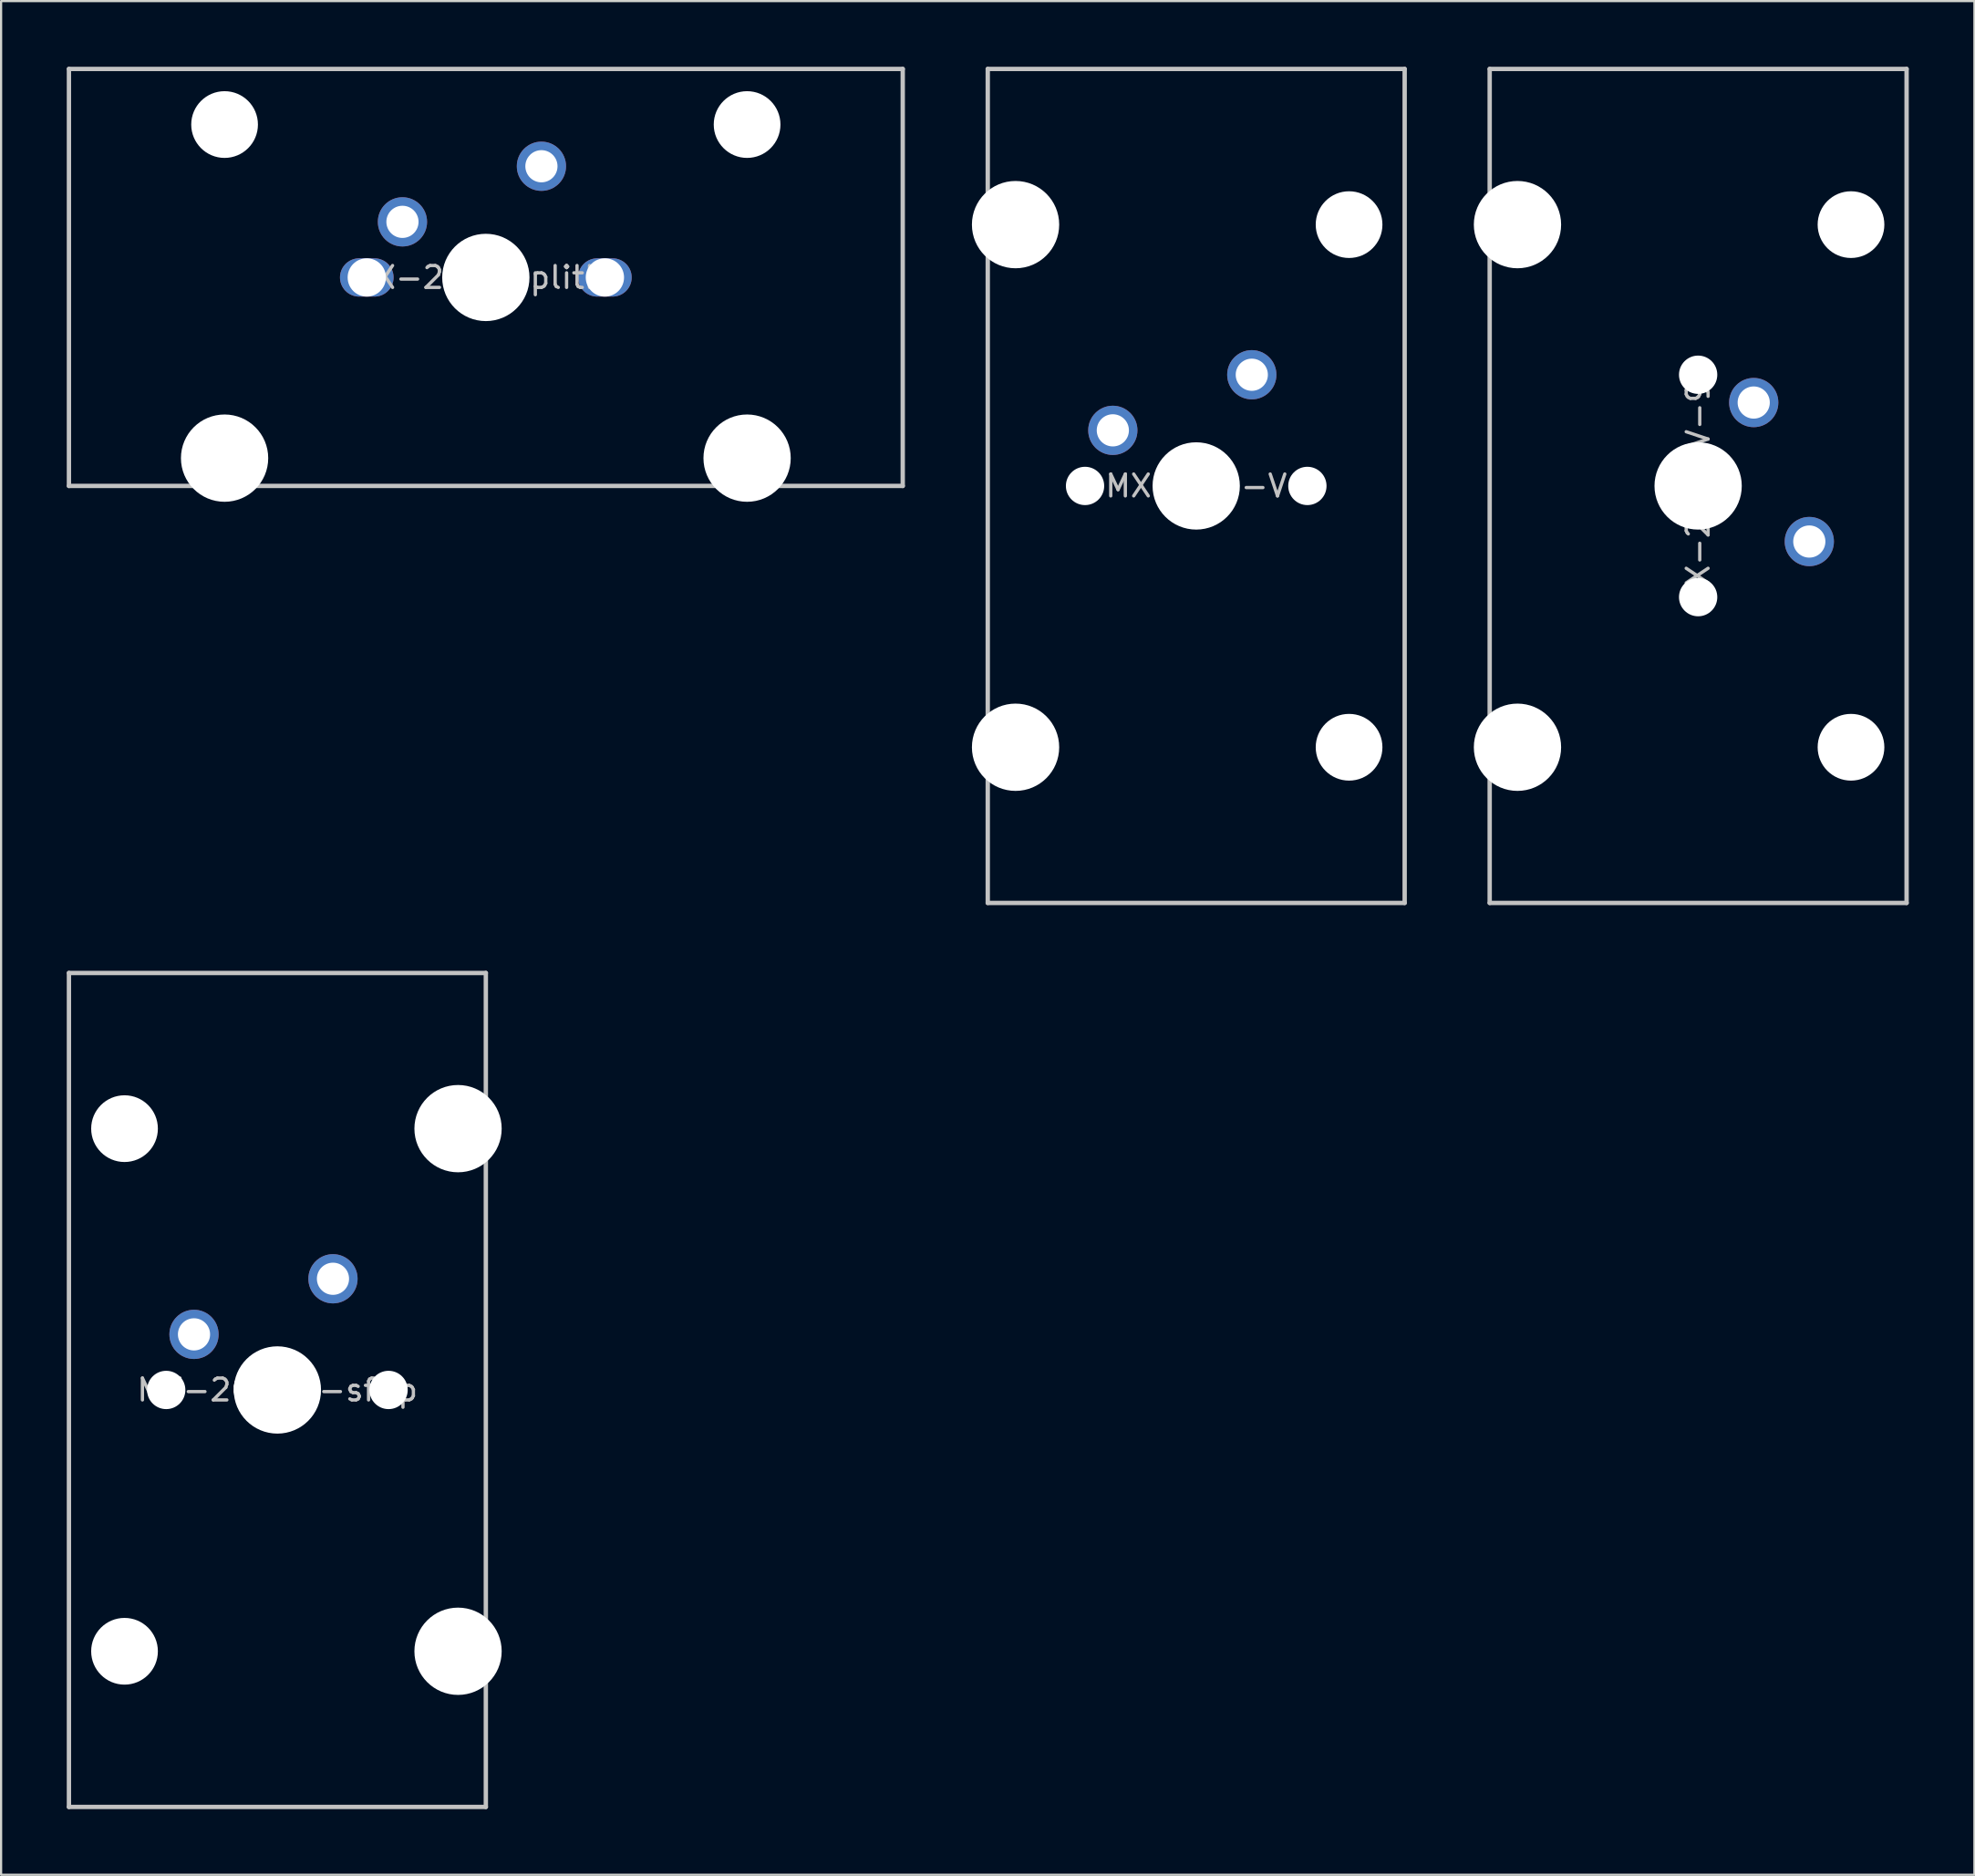
<source format=kicad_pcb>
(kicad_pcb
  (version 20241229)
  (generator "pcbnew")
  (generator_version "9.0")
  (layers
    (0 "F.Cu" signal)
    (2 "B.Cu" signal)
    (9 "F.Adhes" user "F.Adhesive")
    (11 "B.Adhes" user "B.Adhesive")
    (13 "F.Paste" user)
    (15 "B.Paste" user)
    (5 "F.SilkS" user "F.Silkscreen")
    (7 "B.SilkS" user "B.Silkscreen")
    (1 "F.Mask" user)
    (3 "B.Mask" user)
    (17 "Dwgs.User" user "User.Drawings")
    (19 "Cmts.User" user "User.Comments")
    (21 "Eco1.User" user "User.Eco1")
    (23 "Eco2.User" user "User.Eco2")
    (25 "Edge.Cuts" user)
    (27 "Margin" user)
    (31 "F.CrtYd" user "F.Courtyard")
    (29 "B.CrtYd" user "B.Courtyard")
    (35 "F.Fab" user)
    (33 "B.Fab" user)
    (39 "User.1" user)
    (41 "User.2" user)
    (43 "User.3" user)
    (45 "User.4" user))
  (footprint "MX-200-V-90"
    (layer "F.Cu")
    (at 74.545 19.15)
    (property "Reference" "MX-200-V-90" (at 0 0 270) (layer "Dwgs.User") (effects (font (size 1 1) (thickness 0.15))))
    (attr through_hole)
    (fp_line (start -9.525 -19.05) (end 9.525 -19.05) (stroke (width 0.2) (type solid)) (layer "Dwgs.User"))
    (fp_line (start -9.525 19.05) (end -9.525 -19.05) (stroke (width 0.2) (type solid)) (layer "Dwgs.User"))
    (fp_line (start 9.525 19.05) (end -9.525 19.05) (stroke (width 0.2) (type solid)) (layer "Dwgs.User"))
    (fp_line (start 9.525 19.05) (end 9.525 -19.05) (stroke (width 0.2) (type solid)) (layer "Dwgs.User"))
    (fp_line (start -10.25 -15.368) (end -10.25 15.368) (stroke (width 0.12) (type solid)) (layer "Eco1.User"))
    (fp_line (start -10.25 15.368) (end 8.95 15.368) (stroke (width 0.12) (type solid)) (layer "Eco1.User"))
    (fp_line (start -7 -8.508) (end 8.95 -8.508) (stroke (width 0.12) (type solid)) (layer "Eco1.User"))
    (fp_line (start -7 -7) (end -7 -8.508) (stroke (width 0.12) (type solid)) (layer "Eco1.User"))
    (fp_line (start -7 8.508) (end -7 7) (stroke (width 0.12) (type solid)) (layer "Eco1.User"))
    (fp_line (start 7 -7) (end -7 -7) (stroke (width 0.12) (type solid)) (layer "Eco1.User"))
    (fp_line (start 7 -7) (end 7 7) (stroke (width 0.12) (type solid)) (layer "Eco1.User"))
    (fp_line (start 7 7) (end -7 7) (stroke (width 0.12) (type solid)) (layer "Eco1.User"))
    (fp_line (start 8.95 -15.368) (end -10.25 -15.368) (stroke (width 0.12) (type solid)) (layer "Eco1.User"))
    (fp_line (start 8.95 -8.508) (end 8.95 -15.368) (stroke (width 0.12) (type solid)) (layer "Eco1.User"))
    (fp_line (start 8.95 8.508) (end -7 8.508) (stroke (width 0.12) (type solid)) (layer "Eco1.User"))
    (fp_line (start 8.95 15.368) (end 8.95 8.508) (stroke (width 0.12) (type solid)) (layer "Eco1.User"))
    (fp_circle (center 6.985 -11.938) (end 6.985 -9.438) (stroke (width 0.12) (type solid)) (fill no) (layer "Eco2.User"))
    (fp_circle (center 6.985 11.938) (end 6.985 14.438) (stroke (width 0.12) (type solid)) (fill no) (layer "Eco2.User"))
    (pad "" np_thru_hole circle (at -8.255 -11.938 270) (size 3.988 3.988) (drill 3.988) (layers "*.Cu" "*.Mask"))
    (pad "" np_thru_hole circle (at -8.255 11.938 270) (size 3.988 3.988) (drill 3.988) (layers "*.Cu" "*.Mask"))
    (pad "" np_thru_hole circle (at 0 -5.08 90) (size 1.75 1.75) (drill 1.75) (layers "*.Cu" "*.Mask"))
    (pad "" np_thru_hole circle (at 0 0) (size 3.988 3.988) (drill 3.988) (layers "*.Cu" "*.Mask"))
    (pad "" np_thru_hole circle (at 0 5.08 90) (size 1.75 1.75) (drill 1.75) (layers "*.Cu" "*.Mask"))
    (pad "" np_thru_hole circle (at 6.985 -11.938 270) (size 3.048 3.048) (drill 3.048) (layers "*.Cu" "*.Mask"))
    (pad "" np_thru_hole circle (at 6.985 11.938 270) (size 3.048 3.048) (drill 3.048) (layers "*.Cu" "*.Mask"))
    (pad "1" thru_hole circle (at 5.08 2.54 270) (size 2.25 2.25) (drill 1.47) (layers "*.Cu" "B.Mask"))
    (pad "2" thru_hole circle (at 2.54 -3.81 270) (size 2.25 2.25) (drill 1.47) (layers "*.Cu" "B.Mask")))
  (footprint "MX-200-V-sflip"
    (layer "F.Cu")
    (at 9.625 60.45)
    (property "Reference" "MX-200-V-sflip" (at 0 0 0) (layer "Dwgs.User") (effects (font (size 1 1) (thickness 0.15))))
    (attr through_hole)
    (fp_line (start -9.525 -19.05) (end -9.525 19.05) (stroke (width 0.2) (type solid)) (layer "Dwgs.User"))
    (fp_line (start -9.525 -19.05) (end 9.525 -19.05) (stroke (width 0.2) (type solid)) (layer "Dwgs.User"))
    (fp_line (start 9.525 -19.05) (end 9.525 19.05) (stroke (width 0.2) (type solid)) (layer "Dwgs.User"))
    (fp_line (start 9.525 19.05) (end -9.525 19.05) (stroke (width 0.2) (type solid)) (layer "Dwgs.User"))
    (fp_line (start -8.95 -15.368) (end -8.95 -8.508) (stroke (width 0.12) (type solid)) (layer "Eco1.User"))
    (fp_line (start -8.95 -8.508) (end 7 -8.508) (stroke (width 0.12) (type solid)) (layer "Eco1.User"))
    (fp_line (start -8.95 8.508) (end -8.95 15.368) (stroke (width 0.12) (type solid)) (layer "Eco1.User"))
    (fp_line (start -8.95 15.368) (end 10.25 15.368) (stroke (width 0.12) (type solid)) (layer "Eco1.User"))
    (fp_line (start -7 -7) (end 7 -7) (stroke (width 0.12) (type solid)) (layer "Eco1.User"))
    (fp_line (start -7 7) (end -7 -7) (stroke (width 0.12) (type solid)) (layer "Eco1.User"))
    (fp_line (start -7 7) (end 7 7) (stroke (width 0.12) (type solid)) (layer "Eco1.User"))
    (fp_line (start 7 -8.508) (end 7 -7) (stroke (width 0.12) (type solid)) (layer "Eco1.User"))
    (fp_line (start 7 7) (end 7 8.508) (stroke (width 0.12) (type solid)) (layer "Eco1.User"))
    (fp_line (start 7 8.508) (end -8.95 8.508) (stroke (width 0.12) (type solid)) (layer "Eco1.User"))
    (fp_line (start 10.25 -15.368) (end -8.95 -15.368) (stroke (width 0.12) (type solid)) (layer "Eco1.User"))
    (fp_line (start 10.25 15.368) (end 10.25 -15.368) (stroke (width 0.12) (type solid)) (layer "Eco1.User"))
    (fp_circle (center -6.985 -11.938) (end -6.985 -14.438) (stroke (width 0.12) (type solid)) (fill no) (layer "Eco2.User"))
    (fp_circle (center -6.985 11.938) (end -6.985 9.438) (stroke (width 0.12) (type solid)) (fill no) (layer "Eco2.User"))
    (pad "" np_thru_hole circle (at -6.985 -11.938 90) (size 3.048 3.048) (drill 3.048) (layers "*.Cu" "*.Mask"))
    (pad "" np_thru_hole circle (at -6.985 11.938 90) (size 3.048 3.048) (drill 3.048) (layers "*.Cu" "*.Mask"))
    (pad "" np_thru_hole circle (at -5.08 0) (size 1.75 1.75) (drill 1.75) (layers "*.Cu" "*.Mask"))
    (pad "" np_thru_hole circle (at 0 0) (size 3.988 3.988) (drill 3.988) (layers "*.Cu" "*.Mask"))
    (pad "" np_thru_hole circle (at 5.08 0) (size 1.75 1.75) (drill 1.75) (layers "*.Cu" "*.Mask"))
    (pad "" np_thru_hole circle (at 8.255 -11.938 90) (size 3.988 3.988) (drill 3.988) (layers "*.Cu" "*.Mask"))
    (pad "" np_thru_hole circle (at 8.255 11.938 90) (size 3.988 3.988) (drill 3.988) (layers "*.Cu" "*.Mask"))
    (pad "1" thru_hole circle (at 2.54 -5.08) (size 2.25 2.25) (drill 1.47) (layers "*.Cu" "B.Mask"))
    (pad "2" thru_hole circle (at -3.81 -2.54) (size 2.25 2.25) (drill 1.47) (layers "*.Cu" "B.Mask")))
  (footprint "MX-200-V"
    (layer "F.Cu")
    (at 51.61 19.15)
    (property "Reference" "MX-200-V" (at 0 0 0) (layer "Dwgs.User") (effects (font (size 1 1) (thickness 0.15))))
    (attr through_hole)
    (fp_line (start -9.525 -19.05) (end 9.525 -19.05) (stroke (width 0.2) (type solid)) (layer "Dwgs.User"))
    (fp_line (start -9.525 19.05) (end -9.525 -19.05) (stroke (width 0.2) (type solid)) (layer "Dwgs.User"))
    (fp_line (start 9.525 19.05) (end -9.525 19.05) (stroke (width 0.2) (type solid)) (layer "Dwgs.User"))
    (fp_line (start 9.525 19.05) (end 9.525 -19.05) (stroke (width 0.2) (type solid)) (layer "Dwgs.User"))
    (fp_line (start -10.25 -15.368) (end -10.25 15.368) (stroke (width 0.12) (type solid)) (layer "Eco1.User"))
    (fp_line (start -10.25 15.368) (end 8.95 15.368) (stroke (width 0.12) (type solid)) (layer "Eco1.User"))
    (fp_line (start -7 -8.508) (end 8.95 -8.508) (stroke (width 0.12) (type solid)) (layer "Eco1.User"))
    (fp_line (start -7 -7) (end -7 -8.508) (stroke (width 0.12) (type solid)) (layer "Eco1.User"))
    (fp_line (start -7 8.508) (end -7 7) (stroke (width 0.12) (type solid)) (layer "Eco1.User"))
    (fp_line (start 7 -7) (end -7 -7) (stroke (width 0.12) (type solid)) (layer "Eco1.User"))
    (fp_line (start 7 -7) (end 7 7) (stroke (width 0.12) (type solid)) (layer "Eco1.User"))
    (fp_line (start 7 7) (end -7 7) (stroke (width 0.12) (type solid)) (layer "Eco1.User"))
    (fp_line (start 8.95 -15.368) (end -10.25 -15.368) (stroke (width 0.12) (type solid)) (layer "Eco1.User"))
    (fp_line (start 8.95 -8.508) (end 8.95 -15.368) (stroke (width 0.12) (type solid)) (layer "Eco1.User"))
    (fp_line (start 8.95 8.508) (end -7 8.508) (stroke (width 0.12) (type solid)) (layer "Eco1.User"))
    (fp_line (start 8.95 15.368) (end 8.95 8.508) (stroke (width 0.12) (type solid)) (layer "Eco1.User"))
    (fp_circle (center 6.985 -11.938) (end 6.985 -9.438) (stroke (width 0.12) (type solid)) (fill no) (layer "Eco2.User"))
    (fp_circle (center 6.985 11.938) (end 6.985 14.438) (stroke (width 0.12) (type solid)) (fill no) (layer "Eco2.User"))
    (pad "" np_thru_hole circle (at -8.255 -11.938 270) (size 3.988 3.988) (drill 3.988) (layers "*.Cu" "*.Mask"))
    (pad "" np_thru_hole circle (at -8.255 11.938 270) (size 3.988 3.988) (drill 3.988) (layers "*.Cu" "*.Mask"))
    (pad "" np_thru_hole circle (at -5.08 0) (size 1.75 1.75) (drill 1.75) (layers "*.Cu" "*.Mask"))
    (pad "" np_thru_hole circle (at 0 0) (size 3.988 3.988) (drill 3.988) (layers "*.Cu" "*.Mask"))
    (pad "" np_thru_hole circle (at 5.08 0) (size 1.75 1.75) (drill 1.75) (layers "*.Cu" "*.Mask"))
    (pad "" np_thru_hole circle (at 6.985 -11.938 270) (size 3.048 3.048) (drill 3.048) (layers "*.Cu" "*.Mask"))
    (pad "" np_thru_hole circle (at 6.985 11.938 270) (size 3.048 3.048) (drill 3.048) (layers "*.Cu" "*.Mask"))
    (pad "1" thru_hole circle (at 2.54 -5.08) (size 2.25 2.25) (drill 1.47) (layers "*.Cu" "B.Mask"))
    (pad "2" thru_hole circle (at -3.81 -2.54) (size 2.25 2.25) (drill 1.47) (layers "*.Cu" "B.Mask")))
  (footprint "MX-200-splitbs"
    (layer "F.Cu")
    (at 19.15 9.625)
    (property "Reference" "MX-200-splitbs" (at 0 0 0) (layer "Dwgs.User") (effects (font (size 1 1) (thickness 0.15))))
    (attr through_hole)
    (fp_line (start -19.05 9.525) (end -19.05 -9.525) (stroke (width 0.2) (type solid)) (layer "Dwgs.User"))
    (fp_line (start 19.05 -9.525) (end -19.05 -9.525) (stroke (width 0.2) (type solid)) (layer "Dwgs.User"))
    (fp_line (start 19.05 -9.525) (end 19.05 9.525) (stroke (width 0.2) (type solid)) (layer "Dwgs.User"))
    (fp_line (start 19.05 9.525) (end -19.05 9.525) (stroke (width 0.2) (type solid)) (layer "Dwgs.User"))
    (fp_line (start -15.368 -8.95) (end -15.368 10.25) (stroke (width 0.12) (type solid)) (layer "Eco1.User"))
    (fp_line (start -15.368 10.25) (end 15.368 10.25) (stroke (width 0.12) (type solid)) (layer "Eco1.User"))
    (fp_line (start -8.508 -8.95) (end -15.368 -8.95) (stroke (width 0.12) (type solid)) (layer "Eco1.User"))
    (fp_line (start -8.508 7) (end -8.508 -8.95) (stroke (width 0.12) (type solid)) (layer "Eco1.User"))
    (fp_line (start -7 -7) (end -7 7) (stroke (width 0.12) (type solid)) (layer "Eco1.User"))
    (fp_line (start -7 -7) (end 7 -7) (stroke (width 0.12) (type solid)) (layer "Eco1.User"))
    (fp_line (start -7 7) (end -8.508 7) (stroke (width 0.12) (type solid)) (layer "Eco1.User"))
    (fp_line (start 7 -7) (end 7 7) (stroke (width 0.12) (type solid)) (layer "Eco1.User"))
    (fp_line (start 8.508 -8.95) (end 8.508 7) (stroke (width 0.12) (type solid)) (layer "Eco1.User"))
    (fp_line (start 8.508 7) (end 7 7) (stroke (width 0.12) (type solid)) (layer "Eco1.User"))
    (fp_line (start 15.368 -8.95) (end 8.508 -8.95) (stroke (width 0.12) (type solid)) (layer "Eco1.User"))
    (fp_line (start 15.368 10.25) (end 15.368 -8.95) (stroke (width 0.12) (type solid)) (layer "Eco1.User"))
    (fp_circle (center -11.938 -6.985) (end -9.438 -6.985) (stroke (width 0.12) (type solid)) (fill no) (layer "Eco2.User"))
    (fp_circle (center 11.938 -6.985) (end 14.438 -6.985) (stroke (width 0.12) (type solid)) (fill no) (layer "Eco2.User"))
    (pad "" np_thru_hole circle (at -11.938 -6.985) (size 3.048 3.048) (drill 3.048) (layers "*.Cu" "*.Mask"))
    (pad "" np_thru_hole circle (at -11.938 8.255) (size 3.988 3.988) (drill 3.988) (layers "*.Cu" "*.Mask"))
    (pad "" np_thru_hole oval (at -5.44 0) (size 2.45 1.75) (drill 1.75) (layers "*.Cu" "*.Mask"))
    (pad "" np_thru_hole circle (at 0 0) (size 3.988 3.988) (drill 3.988) (layers "*.Cu" "*.Mask"))
    (pad "" np_thru_hole oval (at 5.44 0) (size 2.45 1.75) (drill 1.75) (layers "*.Cu" "*.Mask"))
    (pad "" np_thru_hole circle (at 11.938 -6.985) (size 3.048 3.048) (drill 3.048) (layers "*.Cu" "*.Mask"))
    (pad "" np_thru_hole circle (at 11.938 8.255) (size 3.988 3.988) (drill 3.988) (layers "*.Cu" "*.Mask"))
    (pad "1" thru_hole circle (at 2.54 -5.08) (size 2.25 2.25) (drill 1.47) (layers "*.Cu" "B.Mask"))
    (pad "2" thru_hole circle (at -3.81 -2.54) (size 2.25 2.25) (drill 1.47) (layers "*.Cu" "B.Mask")))
  (gr_rect
    (start -3 -3)
    (end 87.17 82.6)
    (stroke (width 0.1) (type default))
    (fill no)
    (layer "Edge.Cuts")))
</source>
